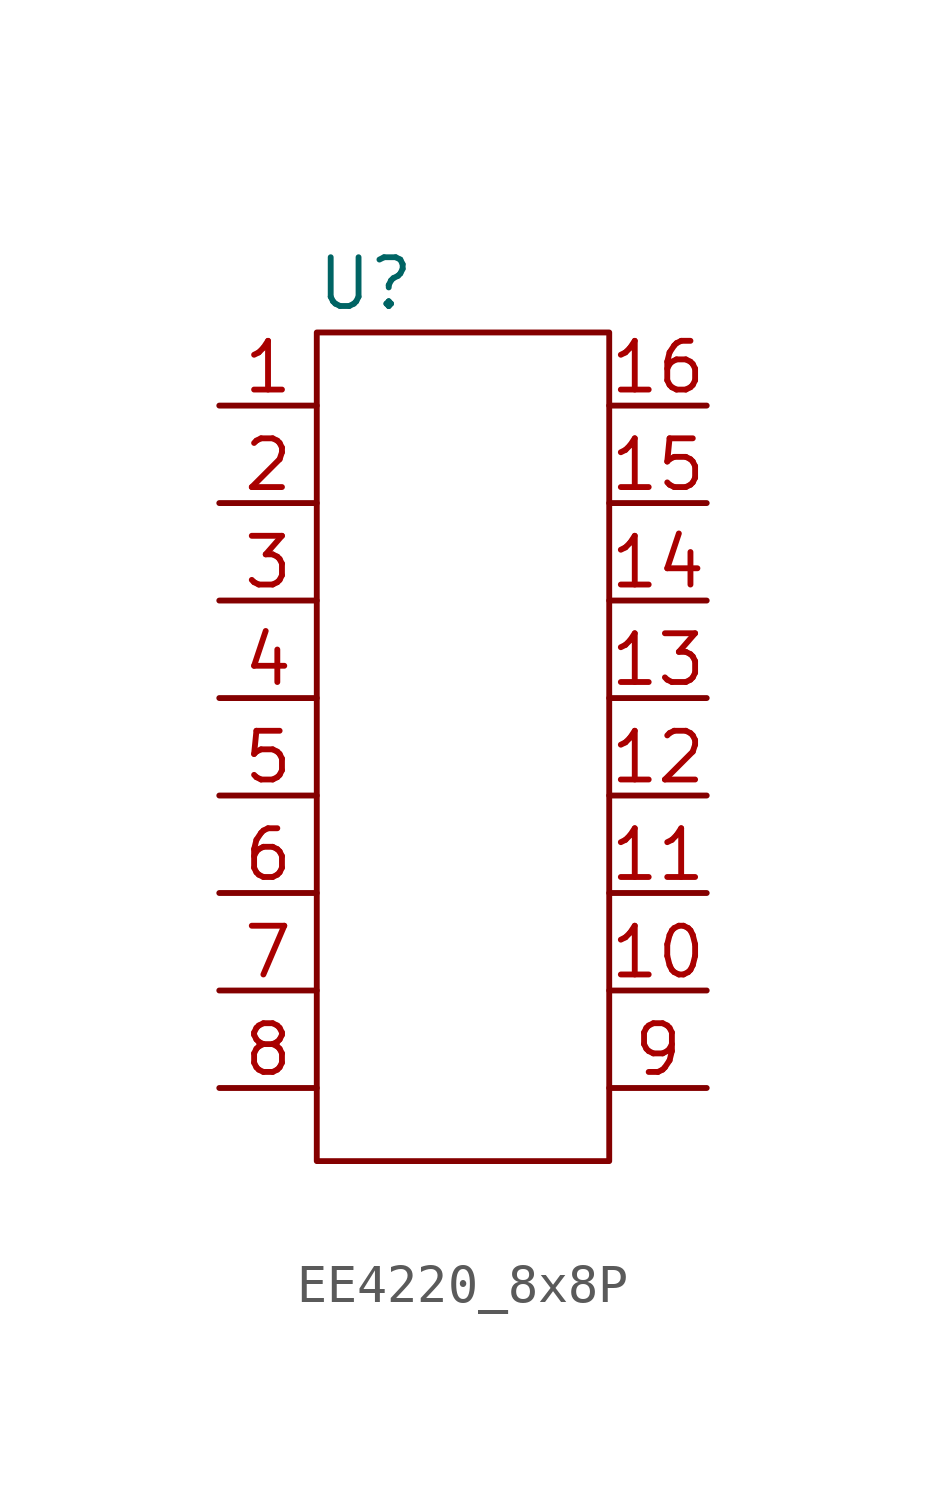
<source format=kicad_sym>
(kicad_symbol_lib
  (version 20220914)
  (generator kicad_symbol_editor)
  (symbol "EE4220_8x8P"
    (property "Reference" "U"
      (at 1.27 3.175 0)
      (effects (font (size 1.27 1.27))))
    (property "Value" ""
      (at 0 0 0)
      (effects (font (size 1.27 1.27))))
    (symbol "EE4220_8x8P_0_1"
      (rectangle (start 0 1.905) (end 7.62 -19.685) (stroke (width 0) (type default)) (fill (type none))))
    (symbol "EE4220_8x8P_1_1"
      (pin passive line (at -2.54 0 0) (length 2.54) (name "" (effects (font (size 1.27 1.27)))) (number "1" (effects (font (size 1.27 1.27)))))
      (pin passive line (at 10.16 -15.24 180) (length 2.54) (name "" (effects (font (size 1.27 1.27)))) (number "10" (effects (font (size 1.27 1.27)))))
      (pin passive line (at 10.16 -12.7 180) (length 2.54) (name "" (effects (font (size 1.27 1.27)))) (number "11" (effects (font (size 1.27 1.27)))))
      (pin passive line (at 10.16 -10.16 180) (length 2.54) (name "" (effects (font (size 1.27 1.27)))) (number "12" (effects (font (size 1.27 1.27)))))
      (pin passive line (at 10.16 -7.62 180) (length 2.54) (name "" (effects (font (size 1.27 1.27)))) (number "13" (effects (font (size 1.27 1.27)))))
      (pin passive line (at 10.16 -5.08 180) (length 2.54) (name "" (effects (font (size 1.27 1.27)))) (number "14" (effects (font (size 1.27 1.27)))))
      (pin passive line (at 10.16 -2.54 180) (length 2.54) (name "" (effects (font (size 1.27 1.27)))) (number "15" (effects (font (size 1.27 1.27)))))
      (pin passive line (at 10.16 0 180) (length 2.54) (name "" (effects (font (size 1.27 1.27)))) (number "16" (effects (font (size 1.27 1.27)))))
      (pin passive line (at -2.54 -2.54 0) (length 2.54) (name "" (effects (font (size 1.27 1.27)))) (number "2" (effects (font (size 1.27 1.27)))))
      (pin passive line (at -2.54 -5.08 0) (length 2.54) (name "" (effects (font (size 1.27 1.27)))) (number "3" (effects (font (size 1.27 1.27)))))
      (pin passive line (at -2.54 -7.62 0) (length 2.54) (name "" (effects (font (size 1.27 1.27)))) (number "4" (effects (font (size 1.27 1.27)))))
      (pin passive line (at -2.54 -10.16 0) (length 2.54) (name "" (effects (font (size 1.27 1.27)))) (number "5" (effects (font (size 1.27 1.27)))))
      (pin passive line (at -2.54 -12.7 0) (length 2.54) (name "" (effects (font (size 1.27 1.27)))) (number "6" (effects (font (size 1.27 1.27)))))
      (pin passive line (at -2.54 -15.24 0) (length 2.54) (name "" (effects (font (size 1.27 1.27)))) (number "7" (effects (font (size 1.27 1.27)))))
      (pin passive line (at -2.54 -17.78 0) (length 2.54) (name "" (effects (font (size 1.27 1.27)))) (number "8" (effects (font (size 1.27 1.27)))))
      (pin passive line (at 10.16 -17.78 180) (length 2.54) (name "" (effects (font (size 1.27 1.27)))) (number "9" (effects (font (size 1.27 1.27))))))))
</source>
